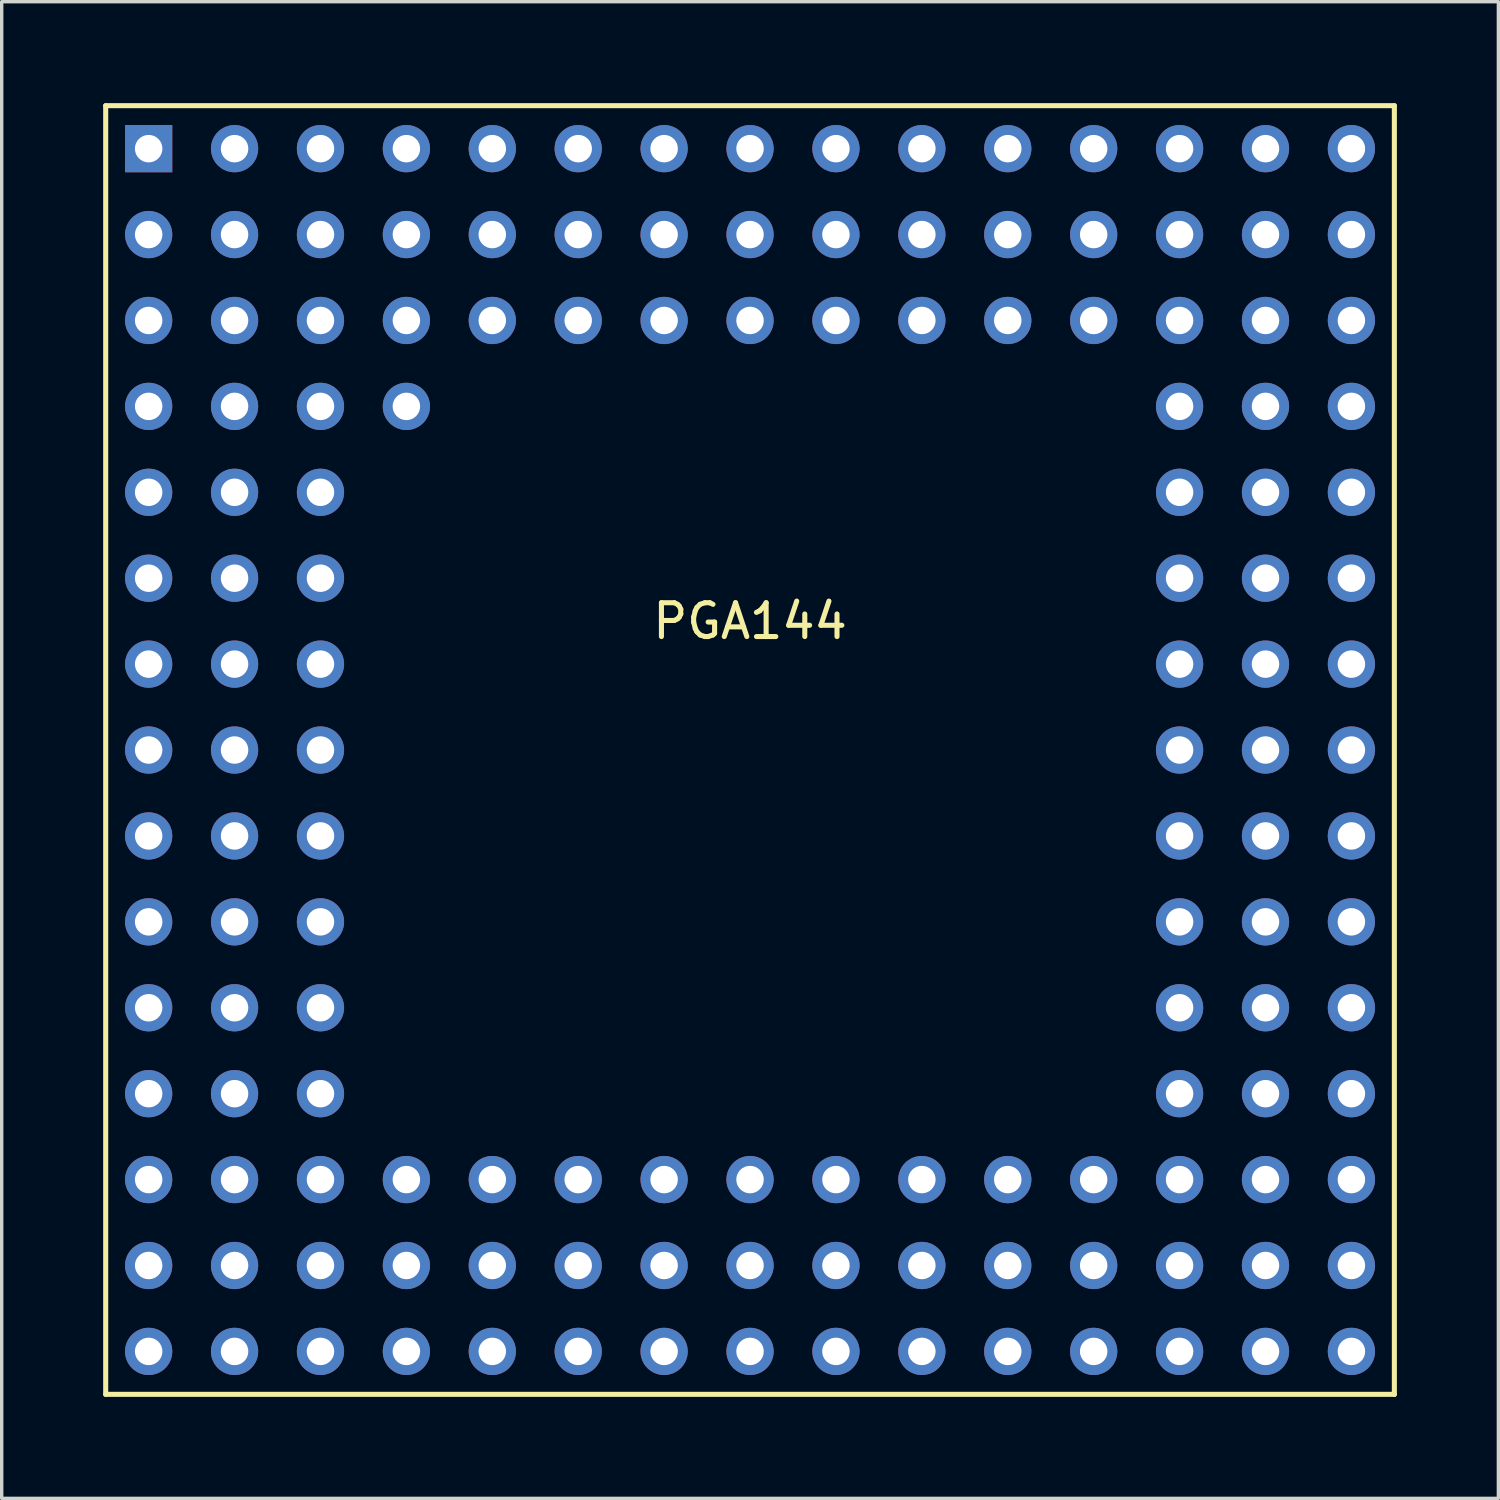
<source format=kicad_pcb>
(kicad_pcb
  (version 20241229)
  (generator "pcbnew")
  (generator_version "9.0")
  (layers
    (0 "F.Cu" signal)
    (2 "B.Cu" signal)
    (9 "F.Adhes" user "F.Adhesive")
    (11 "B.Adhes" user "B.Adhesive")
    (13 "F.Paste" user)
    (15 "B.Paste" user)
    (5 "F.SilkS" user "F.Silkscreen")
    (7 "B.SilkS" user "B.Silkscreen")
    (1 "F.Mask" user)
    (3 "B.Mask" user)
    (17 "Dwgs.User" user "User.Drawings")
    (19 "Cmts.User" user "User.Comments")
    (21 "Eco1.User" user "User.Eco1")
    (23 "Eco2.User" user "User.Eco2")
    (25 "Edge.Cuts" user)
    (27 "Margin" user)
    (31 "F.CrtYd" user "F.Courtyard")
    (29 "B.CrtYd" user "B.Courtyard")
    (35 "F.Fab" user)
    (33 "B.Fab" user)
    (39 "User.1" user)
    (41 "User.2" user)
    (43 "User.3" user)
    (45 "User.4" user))
  (footprint "PGA144"
    (layer "F.Cu")
    (at 19.125 19.125)
    (property "Reference" "PGA144" (at 0 -3.81 0) (layer "F.SilkS") (effects (font (size 1 1) (thickness 0.15))))
    (attr through_hole)
    (fp_line (start -19.05 -19.05) (end -19.05 19.05) (stroke (width 0.15) (type solid)) (layer "F.SilkS"))
    (fp_line (start -19.05 19.05) (end 19.05 19.05) (stroke (width 0.15) (type solid)) (layer "F.SilkS"))
    (fp_line (start 19.05 -19.05) (end -19.05 -19.05) (stroke (width 0.15) (type solid)) (layer "F.SilkS"))
    (fp_line (start 19.05 19.05) (end 19.05 -19.05) (stroke (width 0.15) (type solid)) (layer "F.SilkS"))
    (pad "A1" thru_hole rect (at -17.78 -17.78) (size 1.397 1.397) (drill 0.813) (layers "*.Cu" "*.Mask"))
    (pad "A2" thru_hole circle (at -15.24 -17.78) (size 1.397 1.397) (drill 0.813) (layers "*.Cu" "*.Mask"))
    (pad "A3" thru_hole circle (at -12.7 -17.78) (size 1.397 1.397) (drill 0.813) (layers "*.Cu" "*.Mask"))
    (pad "A4" thru_hole circle (at -10.16 -17.78) (size 1.397 1.397) (drill 0.813) (layers "*.Cu" "*.Mask"))
    (pad "A5" thru_hole circle (at -7.62 -17.78) (size 1.397 1.397) (drill 0.813) (layers "*.Cu" "*.Mask"))
    (pad "A6" thru_hole circle (at -5.08 -17.78) (size 1.397 1.397) (drill 0.813) (layers "*.Cu" "*.Mask"))
    (pad "A7" thru_hole circle (at -2.54 -17.78) (size 1.397 1.397) (drill 0.813) (layers "*.Cu" "*.Mask"))
    (pad "A8" thru_hole circle (at 0 -17.78) (size 1.397 1.397) (drill 0.813) (layers "*.Cu" "*.Mask"))
    (pad "A9" thru_hole circle (at 2.54 -17.78) (size 1.397 1.397) (drill 0.813) (layers "*.Cu" "*.Mask"))
    (pad "A10" thru_hole circle (at 5.08 -17.78) (size 1.397 1.397) (drill 0.813) (layers "*.Cu" "*.Mask"))
    (pad "A11" thru_hole circle (at 7.62 -17.78) (size 1.397 1.397) (drill 0.813) (layers "*.Cu" "*.Mask"))
    (pad "A12" thru_hole circle (at 10.16 -17.78) (size 1.397 1.397) (drill 0.813) (layers "*.Cu" "*.Mask"))
    (pad "A13" thru_hole circle (at 12.7 -17.78) (size 1.397 1.397) (drill 0.813) (layers "*.Cu" "*.Mask"))
    (pad "A14" thru_hole circle (at 15.24 -17.78) (size 1.397 1.397) (drill 0.813) (layers "*.Cu" "*.Mask"))
    (pad "A15" thru_hole circle (at 17.78 -17.78) (size 1.397 1.397) (drill 0.813) (layers "*.Cu" "*.Mask"))
    (pad "B1" thru_hole circle (at -17.78 -15.24) (size 1.397 1.397) (drill 0.813) (layers "*.Cu" "*.Mask"))
    (pad "B2" thru_hole circle (at -15.24 -15.24) (size 1.397 1.397) (drill 0.813) (layers "*.Cu" "*.Mask"))
    (pad "B3" thru_hole circle (at -12.7 -15.24) (size 1.397 1.397) (drill 0.813) (layers "*.Cu" "*.Mask"))
    (pad "B4" thru_hole circle (at -10.16 -15.24) (size 1.397 1.397) (drill 0.813) (layers "*.Cu" "*.Mask"))
    (pad "B5" thru_hole circle (at -7.62 -15.24) (size 1.397 1.397) (drill 0.813) (layers "*.Cu" "*.Mask"))
    (pad "B6" thru_hole circle (at -5.08 -15.24) (size 1.397 1.397) (drill 0.813) (layers "*.Cu" "*.Mask"))
    (pad "B7" thru_hole circle (at -2.54 -15.24) (size 1.397 1.397) (drill 0.813) (layers "*.Cu" "*.Mask"))
    (pad "B8" thru_hole circle (at 0 -15.24) (size 1.397 1.397) (drill 0.813) (layers "*.Cu" "*.Mask"))
    (pad "B9" thru_hole circle (at 2.54 -15.24) (size 1.397 1.397) (drill 0.813) (layers "*.Cu" "*.Mask"))
    (pad "B10" thru_hole circle (at 5.08 -15.24) (size 1.397 1.397) (drill 0.813) (layers "*.Cu" "*.Mask"))
    (pad "B11" thru_hole circle (at 7.62 -15.24) (size 1.397 1.397) (drill 0.813) (layers "*.Cu" "*.Mask"))
    (pad "B12" thru_hole circle (at 10.16 -15.24) (size 1.397 1.397) (drill 0.813) (layers "*.Cu" "*.Mask"))
    (pad "B13" thru_hole circle (at 12.7 -15.24) (size 1.397 1.397) (drill 0.813) (layers "*.Cu" "*.Mask"))
    (pad "B14" thru_hole circle (at 15.24 -15.24) (size 1.397 1.397) (drill 0.813) (layers "*.Cu" "*.Mask"))
    (pad "B15" thru_hole circle (at 17.78 -15.24) (size 1.397 1.397) (drill 0.813) (layers "*.Cu" "*.Mask"))
    (pad "C1" thru_hole circle (at -17.78 -12.7) (size 1.397 1.397) (drill 0.813) (layers "*.Cu" "*.Mask"))
    (pad "C2" thru_hole circle (at -15.24 -12.7) (size 1.397 1.397) (drill 0.813) (layers "*.Cu" "*.Mask"))
    (pad "C3" thru_hole circle (at -12.7 -12.7) (size 1.397 1.397) (drill 0.813) (layers "*.Cu" "*.Mask"))
    (pad "C4" thru_hole circle (at -10.16 -12.7) (size 1.397 1.397) (drill 0.813) (layers "*.Cu" "*.Mask"))
    (pad "C5" thru_hole circle (at -7.62 -12.7) (size 1.397 1.397) (drill 0.813) (layers "*.Cu" "*.Mask"))
    (pad "C6" thru_hole circle (at -5.08 -12.7) (size 1.397 1.397) (drill 0.813) (layers "*.Cu" "*.Mask"))
    (pad "C7" thru_hole circle (at -2.54 -12.7) (size 1.397 1.397) (drill 0.813) (layers "*.Cu" "*.Mask"))
    (pad "C8" thru_hole circle (at 0 -12.7) (size 1.397 1.397) (drill 0.813) (layers "*.Cu" "*.Mask"))
    (pad "C9" thru_hole circle (at 2.54 -12.7) (size 1.397 1.397) (drill 0.813) (layers "*.Cu" "*.Mask"))
    (pad "C10" thru_hole circle (at 5.08 -12.7) (size 1.397 1.397) (drill 0.813) (layers "*.Cu" "*.Mask"))
    (pad "C11" thru_hole circle (at 7.62 -12.7) (size 1.397 1.397) (drill 0.813) (layers "*.Cu" "*.Mask"))
    (pad "C12" thru_hole circle (at 10.16 -12.7) (size 1.397 1.397) (drill 0.813) (layers "*.Cu" "*.Mask"))
    (pad "C13" thru_hole circle (at 12.7 -12.7) (size 1.397 1.397) (drill 0.813) (layers "*.Cu" "*.Mask"))
    (pad "C14" thru_hole circle (at 15.24 -12.7) (size 1.397 1.397) (drill 0.813) (layers "*.Cu" "*.Mask"))
    (pad "C15" thru_hole circle (at 17.78 -12.7) (size 1.397 1.397) (drill 0.813) (layers "*.Cu" "*.Mask"))
    (pad "D1" thru_hole circle (at -17.78 -10.16) (size 1.397 1.397) (drill 0.813) (layers "*.Cu" "*.Mask"))
    (pad "D2" thru_hole circle (at -15.24 -10.16) (size 1.397 1.397) (drill 0.813) (layers "*.Cu" "*.Mask"))
    (pad "D3" thru_hole circle (at -12.7 -10.16) (size 1.397 1.397) (drill 0.813) (layers "*.Cu" "*.Mask"))
    (pad "D4" thru_hole circle (at -10.16 -10.16) (size 1.397 1.397) (drill 0.813) (layers "*.Cu" "*.Mask"))
    (pad "D13" thru_hole circle (at 12.7 -10.16) (size 1.397 1.397) (drill 0.813) (layers "*.Cu" "*.Mask"))
    (pad "D14" thru_hole circle (at 15.24 -10.16) (size 1.397 1.397) (drill 0.813) (layers "*.Cu" "*.Mask"))
    (pad "D15" thru_hole circle (at 17.78 -10.16) (size 1.397 1.397) (drill 0.813) (layers "*.Cu" "*.Mask"))
    (pad "E1" thru_hole circle (at -17.78 -7.62) (size 1.397 1.397) (drill 0.813) (layers "*.Cu" "*.Mask"))
    (pad "E2" thru_hole circle (at -15.24 -7.62) (size 1.397 1.397) (drill 0.813) (layers "*.Cu" "*.Mask"))
    (pad "E3" thru_hole circle (at -12.7 -7.62) (size 1.397 1.397) (drill 0.813) (layers "*.Cu" "*.Mask"))
    (pad "E13" thru_hole circle (at 12.7 -7.62) (size 1.397 1.397) (drill 0.813) (layers "*.Cu" "*.Mask"))
    (pad "E14" thru_hole circle (at 15.24 -7.62) (size 1.397 1.397) (drill 0.813) (layers "*.Cu" "*.Mask"))
    (pad "E15" thru_hole circle (at 17.78 -7.62) (size 1.397 1.397) (drill 0.813) (layers "*.Cu" "*.Mask"))
    (pad "F1" thru_hole circle (at -17.78 -5.08) (size 1.397 1.397) (drill 0.813) (layers "*.Cu" "*.Mask"))
    (pad "F2" thru_hole circle (at -15.24 -5.08) (size 1.397 1.397) (drill 0.813) (layers "*.Cu" "*.Mask"))
    (pad "F3" thru_hole circle (at -12.7 -5.08) (size 1.397 1.397) (drill 0.813) (layers "*.Cu" "*.Mask"))
    (pad "F13" thru_hole circle (at 12.7 -5.08) (size 1.397 1.397) (drill 0.813) (layers "*.Cu" "*.Mask"))
    (pad "F14" thru_hole circle (at 15.24 -5.08) (size 1.397 1.397) (drill 0.813) (layers "*.Cu" "*.Mask"))
    (pad "F15" thru_hole circle (at 17.78 -5.08) (size 1.397 1.397) (drill 0.813) (layers "*.Cu" "*.Mask"))
    (pad "G1" thru_hole circle (at -17.78 -2.54) (size 1.397 1.397) (drill 0.813) (layers "*.Cu" "*.Mask"))
    (pad "G2" thru_hole circle (at -15.24 -2.54) (size 1.397 1.397) (drill 0.813) (layers "*.Cu" "*.Mask"))
    (pad "G3" thru_hole circle (at -12.7 -2.54) (size 1.397 1.397) (drill 0.813) (layers "*.Cu" "*.Mask"))
    (pad "G13" thru_hole circle (at 12.7 -2.54) (size 1.397 1.397) (drill 0.813) (layers "*.Cu" "*.Mask"))
    (pad "G14" thru_hole circle (at 15.24 -2.54) (size 1.397 1.397) (drill 0.813) (layers "*.Cu" "*.Mask"))
    (pad "G15" thru_hole circle (at 17.78 -2.54) (size 1.397 1.397) (drill 0.813) (layers "*.Cu" "*.Mask"))
    (pad "H1" thru_hole circle (at -17.78 0) (size 1.397 1.397) (drill 0.813) (layers "*.Cu" "*.Mask"))
    (pad "H2" thru_hole circle (at -15.24 0) (size 1.397 1.397) (drill 0.813) (layers "*.Cu" "*.Mask"))
    (pad "H3" thru_hole circle (at -12.7 0) (size 1.397 1.397) (drill 0.813) (layers "*.Cu" "*.Mask"))
    (pad "H13" thru_hole circle (at 12.7 0) (size 1.397 1.397) (drill 0.813) (layers "*.Cu" "*.Mask"))
    (pad "H14" thru_hole circle (at 15.24 0) (size 1.397 1.397) (drill 0.813) (layers "*.Cu" "*.Mask"))
    (pad "H15" thru_hole circle (at 17.78 0) (size 1.397 1.397) (drill 0.813) (layers "*.Cu" "*.Mask"))
    (pad "J1" thru_hole circle (at -17.78 2.54) (size 1.397 1.397) (drill 0.813) (layers "*.Cu" "*.Mask"))
    (pad "J2" thru_hole circle (at -15.24 2.54) (size 1.397 1.397) (drill 0.813) (layers "*.Cu" "*.Mask"))
    (pad "J3" thru_hole circle (at -12.7 2.54) (size 1.397 1.397) (drill 0.813) (layers "*.Cu" "*.Mask"))
    (pad "J13" thru_hole circle (at 12.7 2.54) (size 1.397 1.397) (drill 0.813) (layers "*.Cu" "*.Mask"))
    (pad "J14" thru_hole circle (at 15.24 2.54) (size 1.397 1.397) (drill 0.813) (layers "*.Cu" "*.Mask"))
    (pad "J15" thru_hole circle (at 17.78 2.54) (size 1.397 1.397) (drill 0.813) (layers "*.Cu" "*.Mask"))
    (pad "K1" thru_hole circle (at -17.78 5.08) (size 1.397 1.397) (drill 0.813) (layers "*.Cu" "*.Mask"))
    (pad "K2" thru_hole circle (at -15.24 5.08) (size 1.397 1.397) (drill 0.813) (layers "*.Cu" "*.Mask"))
    (pad "K3" thru_hole circle (at -12.7 5.08) (size 1.397 1.397) (drill 0.813) (layers "*.Cu" "*.Mask"))
    (pad "K13" thru_hole circle (at 12.7 5.08) (size 1.397 1.397) (drill 0.813) (layers "*.Cu" "*.Mask"))
    (pad "K14" thru_hole circle (at 15.24 5.08) (size 1.397 1.397) (drill 0.813) (layers "*.Cu" "*.Mask"))
    (pad "K15" thru_hole circle (at 17.78 5.08) (size 1.397 1.397) (drill 0.813) (layers "*.Cu" "*.Mask"))
    (pad "L1" thru_hole circle (at -17.78 7.62) (size 1.397 1.397) (drill 0.813) (layers "*.Cu" "*.Mask"))
    (pad "L2" thru_hole circle (at -15.24 7.62) (size 1.397 1.397) (drill 0.813) (layers "*.Cu" "*.Mask"))
    (pad "L3" thru_hole circle (at -12.7 7.62) (size 1.397 1.397) (drill 0.813) (layers "*.Cu" "*.Mask"))
    (pad "L13" thru_hole circle (at 12.7 7.62) (size 1.397 1.397) (drill 0.813) (layers "*.Cu" "*.Mask"))
    (pad "L14" thru_hole circle (at 15.24 7.62) (size 1.397 1.397) (drill 0.813) (layers "*.Cu" "*.Mask"))
    (pad "L15" thru_hole circle (at 17.78 7.62) (size 1.397 1.397) (drill 0.813) (layers "*.Cu" "*.Mask"))
    (pad "M1" thru_hole circle (at -17.78 10.16) (size 1.397 1.397) (drill 0.813) (layers "*.Cu" "*.Mask"))
    (pad "M2" thru_hole circle (at -15.24 10.16) (size 1.397 1.397) (drill 0.813) (layers "*.Cu" "*.Mask"))
    (pad "M3" thru_hole circle (at -12.7 10.16) (size 1.397 1.397) (drill 0.813) (layers "*.Cu" "*.Mask"))
    (pad "M13" thru_hole circle (at 12.7 10.16) (size 1.397 1.397) (drill 0.813) (layers "*.Cu" "*.Mask"))
    (pad "M14" thru_hole circle (at 15.24 10.16) (size 1.397 1.397) (drill 0.813) (layers "*.Cu" "*.Mask"))
    (pad "M15" thru_hole circle (at 17.78 10.16) (size 1.397 1.397) (drill 0.813) (layers "*.Cu" "*.Mask"))
    (pad "N1" thru_hole circle (at -17.78 12.7) (size 1.397 1.397) (drill 0.813) (layers "*.Cu" "*.Mask"))
    (pad "N2" thru_hole circle (at -15.24 12.7) (size 1.397 1.397) (drill 0.813) (layers "*.Cu" "*.Mask"))
    (pad "N3" thru_hole circle (at -12.7 12.7) (size 1.397 1.397) (drill 0.813) (layers "*.Cu" "*.Mask"))
    (pad "N4" thru_hole circle (at -10.16 12.7) (size 1.397 1.397) (drill 0.813) (layers "*.Cu" "*.Mask"))
    (pad "N5" thru_hole circle (at -7.62 12.7) (size 1.397 1.397) (drill 0.813) (layers "*.Cu" "*.Mask"))
    (pad "N6" thru_hole circle (at -5.08 12.7) (size 1.397 1.397) (drill 0.813) (layers "*.Cu" "*.Mask"))
    (pad "N7" thru_hole circle (at -2.54 12.7) (size 1.397 1.397) (drill 0.813) (layers "*.Cu" "*.Mask"))
    (pad "N8" thru_hole circle (at 0 12.7) (size 1.397 1.397) (drill 0.813) (layers "*.Cu" "*.Mask"))
    (pad "N9" thru_hole circle (at 2.54 12.7) (size 1.397 1.397) (drill 0.813) (layers "*.Cu" "*.Mask"))
    (pad "N10" thru_hole circle (at 5.08 12.7) (size 1.397 1.397) (drill 0.813) (layers "*.Cu" "*.Mask"))
    (pad "N11" thru_hole circle (at 7.62 12.7) (size 1.397 1.397) (drill 0.813) (layers "*.Cu" "*.Mask"))
    (pad "N12" thru_hole circle (at 10.16 12.7) (size 1.397 1.397) (drill 0.813) (layers "*.Cu" "*.Mask"))
    (pad "N13" thru_hole circle (at 12.7 12.7) (size 1.397 1.397) (drill 0.813) (layers "*.Cu" "*.Mask"))
    (pad "N14" thru_hole circle (at 15.24 12.7) (size 1.397 1.397) (drill 0.813) (layers "*.Cu" "*.Mask"))
    (pad "N15" thru_hole circle (at 17.78 12.7) (size 1.397 1.397) (drill 0.813) (layers "*.Cu" "*.Mask"))
    (pad "P1" thru_hole circle (at -17.78 15.24) (size 1.397 1.397) (drill 0.813) (layers "*.Cu" "*.Mask"))
    (pad "P2" thru_hole circle (at -15.24 15.24) (size 1.397 1.397) (drill 0.813) (layers "*.Cu" "*.Mask"))
    (pad "P3" thru_hole circle (at -12.7 15.24) (size 1.397 1.397) (drill 0.813) (layers "*.Cu" "*.Mask"))
    (pad "P4" thru_hole circle (at -10.16 15.24) (size 1.397 1.397) (drill 0.813) (layers "*.Cu" "*.Mask"))
    (pad "P5" thru_hole circle (at -7.62 15.24) (size 1.397 1.397) (drill 0.813) (layers "*.Cu" "*.Mask"))
    (pad "P6" thru_hole circle (at -5.08 15.24) (size 1.397 1.397) (drill 0.813) (layers "*.Cu" "*.Mask"))
    (pad "P7" thru_hole circle (at -2.54 15.24) (size 1.397 1.397) (drill 0.813) (layers "*.Cu" "*.Mask"))
    (pad "P8" thru_hole circle (at 0 15.24) (size 1.397 1.397) (drill 0.813) (layers "*.Cu" "*.Mask"))
    (pad "P9" thru_hole circle (at 2.54 15.24) (size 1.397 1.397) (drill 0.813) (layers "*.Cu" "*.Mask"))
    (pad "P10" thru_hole circle (at 5.08 15.24) (size 1.397 1.397) (drill 0.813) (layers "*.Cu" "*.Mask"))
    (pad "P11" thru_hole circle (at 7.62 15.24) (size 1.397 1.397) (drill 0.813) (layers "*.Cu" "*.Mask"))
    (pad "P12" thru_hole circle (at 10.16 15.24) (size 1.397 1.397) (drill 0.813) (layers "*.Cu" "*.Mask"))
    (pad "P13" thru_hole circle (at 12.7 15.24) (size 1.397 1.397) (drill 0.813) (layers "*.Cu" "*.Mask"))
    (pad "P14" thru_hole circle (at 15.24 15.24) (size 1.397 1.397) (drill 0.813) (layers "*.Cu" "*.Mask"))
    (pad "P15" thru_hole circle (at 17.78 15.24) (size 1.397 1.397) (drill 0.813) (layers "*.Cu" "*.Mask"))
    (pad "Q1" thru_hole circle (at -17.78 17.78) (size 1.397 1.397) (drill 0.813) (layers "*.Cu" "*.Mask"))
    (pad "Q2" thru_hole circle (at -15.24 17.78) (size 1.397 1.397) (drill 0.813) (layers "*.Cu" "*.Mask"))
    (pad "Q3" thru_hole circle (at -12.7 17.78) (size 1.397 1.397) (drill 0.813) (layers "*.Cu" "*.Mask"))
    (pad "Q4" thru_hole circle (at -10.16 17.78) (size 1.397 1.397) (drill 0.813) (layers "*.Cu" "*.Mask"))
    (pad "Q5" thru_hole circle (at -7.62 17.78) (size 1.397 1.397) (drill 0.813) (layers "*.Cu" "*.Mask"))
    (pad "Q6" thru_hole circle (at -5.08 17.78) (size 1.397 1.397) (drill 0.813) (layers "*.Cu" "*.Mask"))
    (pad "Q7" thru_hole circle (at -2.54 17.78) (size 1.397 1.397) (drill 0.813) (layers "*.Cu" "*.Mask"))
    (pad "Q8" thru_hole circle (at 0 17.78) (size 1.397 1.397) (drill 0.813) (layers "*.Cu" "*.Mask"))
    (pad "Q9" thru_hole circle (at 2.54 17.78) (size 1.397 1.397) (drill 0.813) (layers "*.Cu" "*.Mask"))
    (pad "Q10" thru_hole circle (at 5.08 17.78) (size 1.397 1.397) (drill 0.813) (layers "*.Cu" "*.Mask"))
    (pad "Q11" thru_hole circle (at 7.62 17.78) (size 1.397 1.397) (drill 0.813) (layers "*.Cu" "*.Mask"))
    (pad "Q12" thru_hole circle (at 10.16 17.78) (size 1.397 1.397) (drill 0.813) (layers "*.Cu" "*.Mask"))
    (pad "Q13" thru_hole circle (at 12.7 17.78) (size 1.397 1.397) (drill 0.813) (layers "*.Cu" "*.Mask"))
    (pad "Q14" thru_hole circle (at 15.24 17.78) (size 1.397 1.397) (drill 0.813) (layers "*.Cu" "*.Mask"))
    (pad "Q15" thru_hole circle (at 17.78 17.78) (size 1.397 1.397) (drill 0.813) (layers "*.Cu" "*.Mask")))
  (gr_rect
    (start -3 -3)
    (end 41.25 41.25)
    (stroke (width 0.1) (type default))
    (fill no)
    (layer "Edge.Cuts")))
</source>
